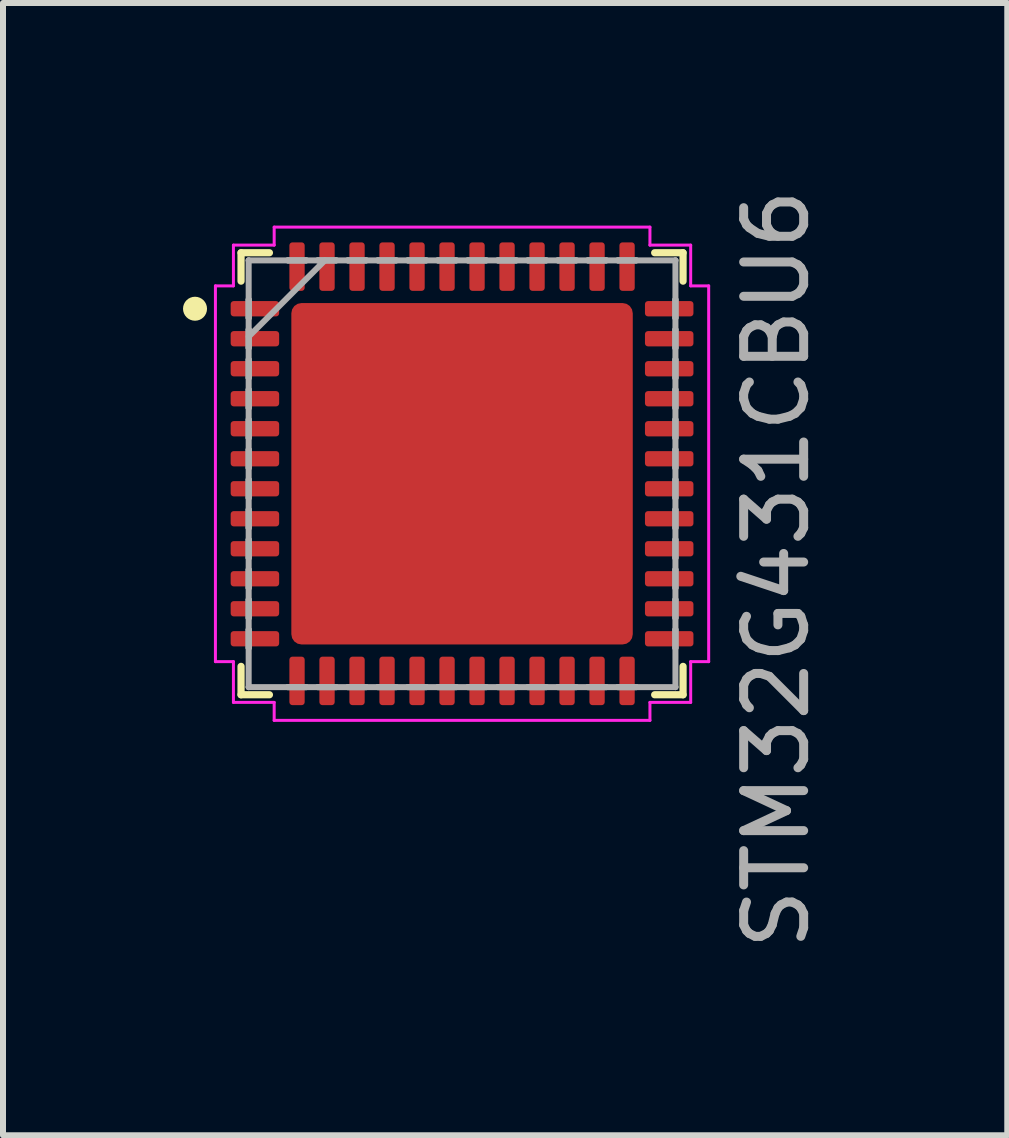
<source format=kicad_pcb>
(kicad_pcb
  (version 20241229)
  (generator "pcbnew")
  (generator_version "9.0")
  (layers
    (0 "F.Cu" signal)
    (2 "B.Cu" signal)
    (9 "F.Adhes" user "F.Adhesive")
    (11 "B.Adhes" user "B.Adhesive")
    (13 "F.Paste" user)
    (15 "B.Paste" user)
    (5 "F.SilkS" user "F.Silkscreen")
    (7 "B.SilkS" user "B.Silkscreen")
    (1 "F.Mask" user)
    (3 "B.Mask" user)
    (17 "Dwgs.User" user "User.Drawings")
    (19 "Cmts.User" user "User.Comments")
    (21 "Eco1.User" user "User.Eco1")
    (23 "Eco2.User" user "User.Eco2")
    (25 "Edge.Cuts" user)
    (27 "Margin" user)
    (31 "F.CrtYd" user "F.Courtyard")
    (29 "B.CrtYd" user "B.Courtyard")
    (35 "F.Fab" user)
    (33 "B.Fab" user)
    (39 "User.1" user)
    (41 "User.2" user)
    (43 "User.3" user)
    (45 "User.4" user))
  (footprint "STM32G431CBU6"
    (layer "F.Cu")
    (at 4.65 4.845)
    (property "Reference" "STM32G431CBU6" (at 5.238 1.59 90) (layer "F.Fab") (effects (font (size 1 1) (thickness 0.15))))
    (attr smd)
    (fp_line (start -3.683 -3.683) (end -3.683 -3.21) (stroke (width 0.12) (type solid)) (layer "F.SilkS"))
    (fp_line (start -3.683 3.21) (end -3.683 3.683) (stroke (width 0.12) (type solid)) (layer "F.SilkS"))
    (fp_line (start -3.683 3.683) (end -3.21 3.683) (stroke (width 0.12) (type solid)) (layer "F.SilkS"))
    (fp_line (start -3.21 -3.683) (end -3.683 -3.683) (stroke (width 0.12) (type solid)) (layer "F.SilkS"))
    (fp_line (start 3.21 3.683) (end 3.683 3.683) (stroke (width 0.12) (type solid)) (layer "F.SilkS"))
    (fp_line (start 3.683 -3.683) (end 3.21 -3.683) (stroke (width 0.12) (type solid)) (layer "F.SilkS"))
    (fp_line (start 3.683 -3.21) (end 3.683 -3.683) (stroke (width 0.12) (type solid)) (layer "F.SilkS"))
    (fp_line (start 3.683 3.683) (end 3.683 3.21) (stroke (width 0.12) (type solid)) (layer "F.SilkS"))
    (fp_circle (center -4.45 -2.75) (end -4.35 -2.75) (stroke (width 0.2) (type solid)) (fill no) (layer "F.SilkS"))
    (fp_poly (pts (arc (start -0.95 -2.3) (mid -0.993934 -2.406066) (end -1.1 -2.45)) (arc (start -2.3 -2.45) (mid -2.406066 -2.406066) (end -2.45 -2.3)) (arc (start -2.45 -1.1) (mid -2.406066 -0.993934) (end -2.3 -0.95)) (arc (start -1.1 -0.95) (mid -0.993934 -0.993934) (end -0.95 -1.1))) (stroke (width 0) (type solid)) (fill yes) (layer "F.Paste"))
    (fp_poly (pts (arc (start -0.95 -0.6) (mid -0.993934 -0.706066) (end -1.1 -0.75)) (arc (start -2.3 -0.75) (mid -2.406066 -0.706066) (end -2.45 -0.6)) (arc (start -2.45 0.6) (mid -2.406066 0.706066) (end -2.3 0.75)) (arc (start -1.1 0.75) (mid -0.993934 0.706066) (end -0.95 0.6))) (stroke (width 0) (type solid)) (fill yes) (layer "F.Paste"))
    (fp_poly (pts (arc (start -0.95 1.1) (mid -0.993934 0.993934) (end -1.1 0.95)) (arc (start -2.3 0.95) (mid -2.406066 0.993934) (end -2.45 1.1)) (arc (start -2.45 2.3) (mid -2.406066 2.406066) (end -2.3 2.45)) (arc (start -1.1 2.45) (mid -0.993934 2.406066) (end -0.95 2.3))) (stroke (width 0) (type solid)) (fill yes) (layer "F.Paste"))
    (fp_poly (pts (arc (start 0.75 -2.3) (mid 0.706066 -2.406066) (end 0.6 -2.45)) (arc (start -0.6 -2.45) (mid -0.706066 -2.406066) (end -0.75 -2.3)) (arc (start -0.75 -1.1) (mid -0.706066 -0.993934) (end -0.6 -0.95)) (arc (start 0.6 -0.95) (mid 0.706066 -0.993934) (end 0.75 -1.1))) (stroke (width 0) (type solid)) (fill yes) (layer "F.Paste"))
    (fp_poly (pts (arc (start 0.75 -0.6) (mid 0.706066 -0.706066) (end 0.6 -0.75)) (arc (start -0.6 -0.75) (mid -0.706066 -0.706066) (end -0.75 -0.6)) (arc (start -0.75 0.6) (mid -0.706066 0.706066) (end -0.6 0.75)) (arc (start 0.6 0.75) (mid 0.706066 0.706066) (end 0.75 0.6))) (stroke (width 0) (type solid)) (fill yes) (layer "F.Paste"))
    (fp_poly (pts (arc (start 0.75 1.1) (mid 0.706066 0.993934) (end 0.6 0.95)) (arc (start -0.6 0.95) (mid -0.706066 0.993934) (end -0.75 1.1)) (arc (start -0.75 2.3) (mid -0.706066 2.406066) (end -0.6 2.45)) (arc (start 0.6 2.45) (mid 0.706066 2.406066) (end 0.75 2.3))) (stroke (width 0) (type solid)) (fill yes) (layer "F.Paste"))
    (fp_poly (pts (arc (start 2.45 -2.3) (mid 2.406066 -2.406066) (end 2.3 -2.45)) (arc (start 1.1 -2.45) (mid 0.993934 -2.406066) (end 0.95 -2.3)) (arc (start 0.95 -1.1) (mid 0.993934 -0.993934) (end 1.1 -0.95)) (arc (start 2.3 -0.95) (mid 2.406066 -0.993934) (end 2.45 -1.1))) (stroke (width 0) (type solid)) (fill yes) (layer "F.Paste"))
    (fp_poly (pts (arc (start 2.45 -0.6) (mid 2.406066 -0.706066) (end 2.3 -0.75)) (arc (start 1.1 -0.75) (mid 0.993934 -0.706066) (end 0.95 -0.6)) (arc (start 0.95 0.6) (mid 0.993934 0.706066) (end 1.1 0.75)) (arc (start 2.3 0.75) (mid 2.406066 0.706066) (end 2.45 0.6))) (stroke (width 0) (type solid)) (fill yes) (layer "F.Paste"))
    (fp_poly (pts (arc (start 2.45 1.1) (mid 2.406066 0.993934) (end 2.3 0.95)) (arc (start 1.1 0.95) (mid 0.993934 0.993934) (end 0.95 1.1)) (arc (start 0.95 2.3) (mid 0.993934 2.406066) (end 1.1 2.45)) (arc (start 2.3 2.45) (mid 2.406066 2.406066) (end 2.45 2.3))) (stroke (width 0) (type solid)) (fill yes) (layer "F.Paste"))
    (fp_line (start -4.11 -3.131) (end -3.81 -3.131) (stroke (width 0.05) (type solid)) (layer "F.CrtYd"))
    (fp_line (start -4.11 3.131) (end -4.11 -3.131) (stroke (width 0.05) (type solid)) (layer "F.CrtYd"))
    (fp_line (start -3.81 -3.81) (end -3.131 -3.81) (stroke (width 0.05) (type solid)) (layer "F.CrtYd"))
    (fp_line (start -3.81 -3.131) (end -3.81 -3.81) (stroke (width 0.05) (type solid)) (layer "F.CrtYd"))
    (fp_line (start -3.81 3.131) (end -4.11 3.131) (stroke (width 0.05) (type solid)) (layer "F.CrtYd"))
    (fp_line (start -3.81 3.81) (end -3.81 3.131) (stroke (width 0.05) (type solid)) (layer "F.CrtYd"))
    (fp_line (start -3.131 -4.11) (end 3.131 -4.11) (stroke (width 0.05) (type solid)) (layer "F.CrtYd"))
    (fp_line (start -3.131 -3.81) (end -3.131 -4.11) (stroke (width 0.05) (type solid)) (layer "F.CrtYd"))
    (fp_line (start -3.131 3.81) (end -3.81 3.81) (stroke (width 0.05) (type solid)) (layer "F.CrtYd"))
    (fp_line (start -3.131 4.11) (end -3.131 3.81) (stroke (width 0.05) (type solid)) (layer "F.CrtYd"))
    (fp_line (start 3.131 -4.11) (end 3.131 -3.81) (stroke (width 0.05) (type solid)) (layer "F.CrtYd"))
    (fp_line (start 3.131 -3.81) (end 3.81 -3.81) (stroke (width 0.05) (type solid)) (layer "F.CrtYd"))
    (fp_line (start 3.131 3.81) (end 3.131 4.11) (stroke (width 0.05) (type solid)) (layer "F.CrtYd"))
    (fp_line (start 3.131 4.11) (end -3.131 4.11) (stroke (width 0.05) (type solid)) (layer "F.CrtYd"))
    (fp_line (start 3.81 -3.81) (end 3.81 -3.131) (stroke (width 0.05) (type solid)) (layer "F.CrtYd"))
    (fp_line (start 3.81 -3.131) (end 4.11 -3.131) (stroke (width 0.05) (type solid)) (layer "F.CrtYd"))
    (fp_line (start 3.81 3.131) (end 3.81 3.81) (stroke (width 0.05) (type solid)) (layer "F.CrtYd"))
    (fp_line (start 3.81 3.81) (end 3.131 3.81) (stroke (width 0.05) (type solid)) (layer "F.CrtYd"))
    (fp_line (start 4.11 -3.131) (end 4.11 3.131) (stroke (width 0.05) (type solid)) (layer "F.CrtYd"))
    (fp_line (start 4.11 3.131) (end 3.81 3.131) (stroke (width 0.05) (type solid)) (layer "F.CrtYd"))
    (fp_line (start -3.556 -3.556) (end -3.556 -3.556) (stroke (width 0.1) (type solid)) (layer "F.Fab"))
    (fp_line (start -3.556 -3.556) (end -3.556 3.556) (stroke (width 0.1) (type solid)) (layer "F.Fab"))
    (fp_line (start -3.556 -2.902) (end -3.556 -2.902) (stroke (width 0.1) (type solid)) (layer "F.Fab"))
    (fp_line (start -3.556 -2.902) (end -3.556 -2.598) (stroke (width 0.1) (type solid)) (layer "F.Fab"))
    (fp_line (start -3.556 -2.598) (end -3.556 -2.902) (stroke (width 0.1) (type solid)) (layer "F.Fab"))
    (fp_line (start -3.556 -2.598) (end -3.556 -2.598) (stroke (width 0.1) (type solid)) (layer "F.Fab"))
    (fp_line (start -3.556 -2.402) (end -3.556 -2.402) (stroke (width 0.1) (type solid)) (layer "F.Fab"))
    (fp_line (start -3.556 -2.402) (end -3.556 -2.098) (stroke (width 0.1) (type solid)) (layer "F.Fab"))
    (fp_line (start -3.556 -2.286) (end -2.286 -3.556) (stroke (width 0.1) (type solid)) (layer "F.Fab"))
    (fp_line (start -3.556 -2.098) (end -3.556 -2.402) (stroke (width 0.1) (type solid)) (layer "F.Fab"))
    (fp_line (start -3.556 -2.098) (end -3.556 -2.098) (stroke (width 0.1) (type solid)) (layer "F.Fab"))
    (fp_line (start -3.556 -1.902) (end -3.556 -1.902) (stroke (width 0.1) (type solid)) (layer "F.Fab"))
    (fp_line (start -3.556 -1.902) (end -3.556 -1.598) (stroke (width 0.1) (type solid)) (layer "F.Fab"))
    (fp_line (start -3.556 -1.598) (end -3.556 -1.902) (stroke (width 0.1) (type solid)) (layer "F.Fab"))
    (fp_line (start -3.556 -1.598) (end -3.556 -1.598) (stroke (width 0.1) (type solid)) (layer "F.Fab"))
    (fp_line (start -3.556 -1.402) (end -3.556 -1.402) (stroke (width 0.1) (type solid)) (layer "F.Fab"))
    (fp_line (start -3.556 -1.402) (end -3.556 -1.098) (stroke (width 0.1) (type solid)) (layer "F.Fab"))
    (fp_line (start -3.556 -1.098) (end -3.556 -1.402) (stroke (width 0.1) (type solid)) (layer "F.Fab"))
    (fp_line (start -3.556 -1.098) (end -3.556 -1.098) (stroke (width 0.1) (type solid)) (layer "F.Fab"))
    (fp_line (start -3.556 -0.902) (end -3.556 -0.902) (stroke (width 0.1) (type solid)) (layer "F.Fab"))
    (fp_line (start -3.556 -0.902) (end -3.556 -0.598) (stroke (width 0.1) (type solid)) (layer "F.Fab"))
    (fp_line (start -3.556 -0.598) (end -3.556 -0.902) (stroke (width 0.1) (type solid)) (layer "F.Fab"))
    (fp_line (start -3.556 -0.598) (end -3.556 -0.598) (stroke (width 0.1) (type solid)) (layer "F.Fab"))
    (fp_line (start -3.556 -0.402) (end -3.556 -0.402) (stroke (width 0.1) (type solid)) (layer "F.Fab"))
    (fp_line (start -3.556 -0.402) (end -3.556 -0.098) (stroke (width 0.1) (type solid)) (layer "F.Fab"))
    (fp_line (start -3.556 -0.098) (end -3.556 -0.402) (stroke (width 0.1) (type solid)) (layer "F.Fab"))
    (fp_line (start -3.556 -0.098) (end -3.556 -0.098) (stroke (width 0.1) (type solid)) (layer "F.Fab"))
    (fp_line (start -3.556 0.098) (end -3.556 0.098) (stroke (width 0.1) (type solid)) (layer "F.Fab"))
    (fp_line (start -3.556 0.098) (end -3.556 0.402) (stroke (width 0.1) (type solid)) (layer "F.Fab"))
    (fp_line (start -3.556 0.402) (end -3.556 0.098) (stroke (width 0.1) (type solid)) (layer "F.Fab"))
    (fp_line (start -3.556 0.402) (end -3.556 0.402) (stroke (width 0.1) (type solid)) (layer "F.Fab"))
    (fp_line (start -3.556 0.598) (end -3.556 0.598) (stroke (width 0.1) (type solid)) (layer "F.Fab"))
    (fp_line (start -3.556 0.598) (end -3.556 0.902) (stroke (width 0.1) (type solid)) (layer "F.Fab"))
    (fp_line (start -3.556 0.902) (end -3.556 0.598) (stroke (width 0.1) (type solid)) (layer "F.Fab"))
    (fp_line (start -3.556 0.902) (end -3.556 0.902) (stroke (width 0.1) (type solid)) (layer "F.Fab"))
    (fp_line (start -3.556 1.098) (end -3.556 1.098) (stroke (width 0.1) (type solid)) (layer "F.Fab"))
    (fp_line (start -3.556 1.098) (end -3.556 1.402) (stroke (width 0.1) (type solid)) (layer "F.Fab"))
    (fp_line (start -3.556 1.402) (end -3.556 1.098) (stroke (width 0.1) (type solid)) (layer "F.Fab"))
    (fp_line (start -3.556 1.402) (end -3.556 1.402) (stroke (width 0.1) (type solid)) (layer "F.Fab"))
    (fp_line (start -3.556 1.598) (end -3.556 1.598) (stroke (width 0.1) (type solid)) (layer "F.Fab"))
    (fp_line (start -3.556 1.598) (end -3.556 1.902) (stroke (width 0.1) (type solid)) (layer "F.Fab"))
    (fp_line (start -3.556 1.902) (end -3.556 1.598) (stroke (width 0.1) (type solid)) (layer "F.Fab"))
    (fp_line (start -3.556 1.902) (end -3.556 1.902) (stroke (width 0.1) (type solid)) (layer "F.Fab"))
    (fp_line (start -3.556 2.098) (end -3.556 2.098) (stroke (width 0.1) (type solid)) (layer "F.Fab"))
    (fp_line (start -3.556 2.098) (end -3.556 2.402) (stroke (width 0.1) (type solid)) (layer "F.Fab"))
    (fp_line (start -3.556 2.402) (end -3.556 2.098) (stroke (width 0.1) (type solid)) (layer "F.Fab"))
    (fp_line (start -3.556 2.402) (end -3.556 2.402) (stroke (width 0.1) (type solid)) (layer "F.Fab"))
    (fp_line (start -3.556 2.598) (end -3.556 2.598) (stroke (width 0.1) (type solid)) (layer "F.Fab"))
    (fp_line (start -3.556 2.598) (end -3.556 2.902) (stroke (width 0.1) (type solid)) (layer "F.Fab"))
    (fp_line (start -3.556 2.902) (end -3.556 2.598) (stroke (width 0.1) (type solid)) (layer "F.Fab"))
    (fp_line (start -3.556 2.902) (end -3.556 2.902) (stroke (width 0.1) (type solid)) (layer "F.Fab"))
    (fp_line (start -3.556 3.556) (end -3.556 3.556) (stroke (width 0.1) (type solid)) (layer "F.Fab"))
    (fp_line (start -3.556 3.556) (end 3.556 3.556) (stroke (width 0.1) (type solid)) (layer "F.Fab"))
    (fp_line (start -2.902 -3.556) (end -2.902 -3.556) (stroke (width 0.1) (type solid)) (layer "F.Fab"))
    (fp_line (start -2.902 -3.556) (end -2.598 -3.556) (stroke (width 0.1) (type solid)) (layer "F.Fab"))
    (fp_line (start -2.902 3.556) (end -2.902 3.556) (stroke (width 0.1) (type solid)) (layer "F.Fab"))
    (fp_line (start -2.902 3.556) (end -2.598 3.556) (stroke (width 0.1) (type solid)) (layer "F.Fab"))
    (fp_line (start -2.598 -3.556) (end -2.902 -3.556) (stroke (width 0.1) (type solid)) (layer "F.Fab"))
    (fp_line (start -2.598 -3.556) (end -2.598 -3.556) (stroke (width 0.1) (type solid)) (layer "F.Fab"))
    (fp_line (start -2.598 3.556) (end -2.902 3.556) (stroke (width 0.1) (type solid)) (layer "F.Fab"))
    (fp_line (start -2.598 3.556) (end -2.598 3.556) (stroke (width 0.1) (type solid)) (layer "F.Fab"))
    (fp_line (start -2.402 -3.556) (end -2.402 -3.556) (stroke (width 0.1) (type solid)) (layer "F.Fab"))
    (fp_line (start -2.402 -3.556) (end -2.098 -3.556) (stroke (width 0.1) (type solid)) (layer "F.Fab"))
    (fp_line (start -2.402 3.556) (end -2.402 3.556) (stroke (width 0.1) (type solid)) (layer "F.Fab"))
    (fp_line (start -2.402 3.556) (end -2.098 3.556) (stroke (width 0.1) (type solid)) (layer "F.Fab"))
    (fp_line (start -2.098 -3.556) (end -2.402 -3.556) (stroke (width 0.1) (type solid)) (layer "F.Fab"))
    (fp_line (start -2.098 -3.556) (end -2.098 -3.556) (stroke (width 0.1) (type solid)) (layer "F.Fab"))
    (fp_line (start -2.098 3.556) (end -2.402 3.556) (stroke (width 0.1) (type solid)) (layer "F.Fab"))
    (fp_line (start -2.098 3.556) (end -2.098 3.556) (stroke (width 0.1) (type solid)) (layer "F.Fab"))
    (fp_line (start -1.902 -3.556) (end -1.902 -3.556) (stroke (width 0.1) (type solid)) (layer "F.Fab"))
    (fp_line (start -1.902 -3.556) (end -1.598 -3.556) (stroke (width 0.1) (type solid)) (layer "F.Fab"))
    (fp_line (start -1.902 3.556) (end -1.902 3.556) (stroke (width 0.1) (type solid)) (layer "F.Fab"))
    (fp_line (start -1.902 3.556) (end -1.598 3.556) (stroke (width 0.1) (type solid)) (layer "F.Fab"))
    (fp_line (start -1.598 -3.556) (end -1.902 -3.556) (stroke (width 0.1) (type solid)) (layer "F.Fab"))
    (fp_line (start -1.598 -3.556) (end -1.598 -3.556) (stroke (width 0.1) (type solid)) (layer "F.Fab"))
    (fp_line (start -1.598 3.556) (end -1.902 3.556) (stroke (width 0.1) (type solid)) (layer "F.Fab"))
    (fp_line (start -1.598 3.556) (end -1.598 3.556) (stroke (width 0.1) (type solid)) (layer "F.Fab"))
    (fp_line (start -1.402 -3.556) (end -1.402 -3.556) (stroke (width 0.1) (type solid)) (layer "F.Fab"))
    (fp_line (start -1.402 -3.556) (end -1.098 -3.556) (stroke (width 0.1) (type solid)) (layer "F.Fab"))
    (fp_line (start -1.402 3.556) (end -1.402 3.556) (stroke (width 0.1) (type solid)) (layer "F.Fab"))
    (fp_line (start -1.402 3.556) (end -1.098 3.556) (stroke (width 0.1) (type solid)) (layer "F.Fab"))
    (fp_line (start -1.098 -3.556) (end -1.402 -3.556) (stroke (width 0.1) (type solid)) (layer "F.Fab"))
    (fp_line (start -1.098 -3.556) (end -1.098 -3.556) (stroke (width 0.1) (type solid)) (layer "F.Fab"))
    (fp_line (start -1.098 3.556) (end -1.402 3.556) (stroke (width 0.1) (type solid)) (layer "F.Fab"))
    (fp_line (start -1.098 3.556) (end -1.098 3.556) (stroke (width 0.1) (type solid)) (layer "F.Fab"))
    (fp_line (start -0.902 -3.556) (end -0.902 -3.556) (stroke (width 0.1) (type solid)) (layer "F.Fab"))
    (fp_line (start -0.902 -3.556) (end -0.598 -3.556) (stroke (width 0.1) (type solid)) (layer "F.Fab"))
    (fp_line (start -0.902 3.556) (end -0.902 3.556) (stroke (width 0.1) (type solid)) (layer "F.Fab"))
    (fp_line (start -0.902 3.556) (end -0.598 3.556) (stroke (width 0.1) (type solid)) (layer "F.Fab"))
    (fp_line (start -0.598 -3.556) (end -0.902 -3.556) (stroke (width 0.1) (type solid)) (layer "F.Fab"))
    (fp_line (start -0.598 -3.556) (end -0.598 -3.556) (stroke (width 0.1) (type solid)) (layer "F.Fab"))
    (fp_line (start -0.598 3.556) (end -0.902 3.556) (stroke (width 0.1) (type solid)) (layer "F.Fab"))
    (fp_line (start -0.598 3.556) (end -0.598 3.556) (stroke (width 0.1) (type solid)) (layer "F.Fab"))
    (fp_line (start -0.402 -3.556) (end -0.402 -3.556) (stroke (width 0.1) (type solid)) (layer "F.Fab"))
    (fp_line (start -0.402 -3.556) (end -0.098 -3.556) (stroke (width 0.1) (type solid)) (layer "F.Fab"))
    (fp_line (start -0.402 3.556) (end -0.402 3.556) (stroke (width 0.1) (type solid)) (layer "F.Fab"))
    (fp_line (start -0.402 3.556) (end -0.098 3.556) (stroke (width 0.1) (type solid)) (layer "F.Fab"))
    (fp_line (start -0.098 -3.556) (end -0.402 -3.556) (stroke (width 0.1) (type solid)) (layer "F.Fab"))
    (fp_line (start -0.098 -3.556) (end -0.098 -3.556) (stroke (width 0.1) (type solid)) (layer "F.Fab"))
    (fp_line (start -0.098 3.556) (end -0.402 3.556) (stroke (width 0.1) (type solid)) (layer "F.Fab"))
    (fp_line (start -0.098 3.556) (end -0.098 3.556) (stroke (width 0.1) (type solid)) (layer "F.Fab"))
    (fp_line (start 0.098 -3.556) (end 0.098 -3.556) (stroke (width 0.1) (type solid)) (layer "F.Fab"))
    (fp_line (start 0.098 -3.556) (end 0.402 -3.556) (stroke (width 0.1) (type solid)) (layer "F.Fab"))
    (fp_line (start 0.098 3.556) (end 0.098 3.556) (stroke (width 0.1) (type solid)) (layer "F.Fab"))
    (fp_line (start 0.098 3.556) (end 0.402 3.556) (stroke (width 0.1) (type solid)) (layer "F.Fab"))
    (fp_line (start 0.402 -3.556) (end 0.098 -3.556) (stroke (width 0.1) (type solid)) (layer "F.Fab"))
    (fp_line (start 0.402 -3.556) (end 0.402 -3.556) (stroke (width 0.1) (type solid)) (layer "F.Fab"))
    (fp_line (start 0.402 3.556) (end 0.098 3.556) (stroke (width 0.1) (type solid)) (layer "F.Fab"))
    (fp_line (start 0.402 3.556) (end 0.402 3.556) (stroke (width 0.1) (type solid)) (layer "F.Fab"))
    (fp_line (start 0.598 -3.556) (end 0.598 -3.556) (stroke (width 0.1) (type solid)) (layer "F.Fab"))
    (fp_line (start 0.598 -3.556) (end 0.902 -3.556) (stroke (width 0.1) (type solid)) (layer "F.Fab"))
    (fp_line (start 0.598 3.556) (end 0.598 3.556) (stroke (width 0.1) (type solid)) (layer "F.Fab"))
    (fp_line (start 0.598 3.556) (end 0.902 3.556) (stroke (width 0.1) (type solid)) (layer "F.Fab"))
    (fp_line (start 0.902 -3.556) (end 0.598 -3.556) (stroke (width 0.1) (type solid)) (layer "F.Fab"))
    (fp_line (start 0.902 -3.556) (end 0.902 -3.556) (stroke (width 0.1) (type solid)) (layer "F.Fab"))
    (fp_line (start 0.902 3.556) (end 0.598 3.556) (stroke (width 0.1) (type solid)) (layer "F.Fab"))
    (fp_line (start 0.902 3.556) (end 0.902 3.556) (stroke (width 0.1) (type solid)) (layer "F.Fab"))
    (fp_line (start 1.098 -3.556) (end 1.098 -3.556) (stroke (width 0.1) (type solid)) (layer "F.Fab"))
    (fp_line (start 1.098 -3.556) (end 1.402 -3.556) (stroke (width 0.1) (type solid)) (layer "F.Fab"))
    (fp_line (start 1.098 3.556) (end 1.098 3.556) (stroke (width 0.1) (type solid)) (layer "F.Fab"))
    (fp_line (start 1.098 3.556) (end 1.402 3.556) (stroke (width 0.1) (type solid)) (layer "F.Fab"))
    (fp_line (start 1.402 -3.556) (end 1.098 -3.556) (stroke (width 0.1) (type solid)) (layer "F.Fab"))
    (fp_line (start 1.402 -3.556) (end 1.402 -3.556) (stroke (width 0.1) (type solid)) (layer "F.Fab"))
    (fp_line (start 1.402 3.556) (end 1.098 3.556) (stroke (width 0.1) (type solid)) (layer "F.Fab"))
    (fp_line (start 1.402 3.556) (end 1.402 3.556) (stroke (width 0.1) (type solid)) (layer "F.Fab"))
    (fp_line (start 1.598 -3.556) (end 1.598 -3.556) (stroke (width 0.1) (type solid)) (layer "F.Fab"))
    (fp_line (start 1.598 -3.556) (end 1.902 -3.556) (stroke (width 0.1) (type solid)) (layer "F.Fab"))
    (fp_line (start 1.598 3.556) (end 1.598 3.556) (stroke (width 0.1) (type solid)) (layer "F.Fab"))
    (fp_line (start 1.598 3.556) (end 1.902 3.556) (stroke (width 0.1) (type solid)) (layer "F.Fab"))
    (fp_line (start 1.902 -3.556) (end 1.598 -3.556) (stroke (width 0.1) (type solid)) (layer "F.Fab"))
    (fp_line (start 1.902 -3.556) (end 1.902 -3.556) (stroke (width 0.1) (type solid)) (layer "F.Fab"))
    (fp_line (start 1.902 3.556) (end 1.598 3.556) (stroke (width 0.1) (type solid)) (layer "F.Fab"))
    (fp_line (start 1.902 3.556) (end 1.902 3.556) (stroke (width 0.1) (type solid)) (layer "F.Fab"))
    (fp_line (start 2.098 -3.556) (end 2.098 -3.556) (stroke (width 0.1) (type solid)) (layer "F.Fab"))
    (fp_line (start 2.098 -3.556) (end 2.402 -3.556) (stroke (width 0.1) (type solid)) (layer "F.Fab"))
    (fp_line (start 2.098 3.556) (end 2.098 3.556) (stroke (width 0.1) (type solid)) (layer "F.Fab"))
    (fp_line (start 2.098 3.556) (end 2.402 3.556) (stroke (width 0.1) (type solid)) (layer "F.Fab"))
    (fp_line (start 2.402 -3.556) (end 2.098 -3.556) (stroke (width 0.1) (type solid)) (layer "F.Fab"))
    (fp_line (start 2.402 -3.556) (end 2.402 -3.556) (stroke (width 0.1) (type solid)) (layer "F.Fab"))
    (fp_line (start 2.402 3.556) (end 2.098 3.556) (stroke (width 0.1) (type solid)) (layer "F.Fab"))
    (fp_line (start 2.402 3.556) (end 2.402 3.556) (stroke (width 0.1) (type solid)) (layer "F.Fab"))
    (fp_line (start 2.598 -3.556) (end 2.598 -3.556) (stroke (width 0.1) (type solid)) (layer "F.Fab"))
    (fp_line (start 2.598 -3.556) (end 2.902 -3.556) (stroke (width 0.1) (type solid)) (layer "F.Fab"))
    (fp_line (start 2.598 3.556) (end 2.598 3.556) (stroke (width 0.1) (type solid)) (layer "F.Fab"))
    (fp_line (start 2.598 3.556) (end 2.902 3.556) (stroke (width 0.1) (type solid)) (layer "F.Fab"))
    (fp_line (start 2.902 -3.556) (end 2.598 -3.556) (stroke (width 0.1) (type solid)) (layer "F.Fab"))
    (fp_line (start 2.902 -3.556) (end 2.902 -3.556) (stroke (width 0.1) (type solid)) (layer "F.Fab"))
    (fp_line (start 2.902 3.556) (end 2.598 3.556) (stroke (width 0.1) (type solid)) (layer "F.Fab"))
    (fp_line (start 2.902 3.556) (end 2.902 3.556) (stroke (width 0.1) (type solid)) (layer "F.Fab"))
    (fp_line (start 3.556 -3.556) (end -3.556 -3.556) (stroke (width 0.1) (type solid)) (layer "F.Fab"))
    (fp_line (start 3.556 -3.556) (end 3.556 -3.556) (stroke (width 0.1) (type solid)) (layer "F.Fab"))
    (fp_line (start 3.556 -2.902) (end 3.556 -2.902) (stroke (width 0.1) (type solid)) (layer "F.Fab"))
    (fp_line (start 3.556 -2.902) (end 3.556 -2.598) (stroke (width 0.1) (type solid)) (layer "F.Fab"))
    (fp_line (start 3.556 -2.598) (end 3.556 -2.902) (stroke (width 0.1) (type solid)) (layer "F.Fab"))
    (fp_line (start 3.556 -2.598) (end 3.556 -2.598) (stroke (width 0.1) (type solid)) (layer "F.Fab"))
    (fp_line (start 3.556 -2.402) (end 3.556 -2.402) (stroke (width 0.1) (type solid)) (layer "F.Fab"))
    (fp_line (start 3.556 -2.402) (end 3.556 -2.098) (stroke (width 0.1) (type solid)) (layer "F.Fab"))
    (fp_line (start 3.556 -2.098) (end 3.556 -2.402) (stroke (width 0.1) (type solid)) (layer "F.Fab"))
    (fp_line (start 3.556 -2.098) (end 3.556 -2.098) (stroke (width 0.1) (type solid)) (layer "F.Fab"))
    (fp_line (start 3.556 -1.902) (end 3.556 -1.902) (stroke (width 0.1) (type solid)) (layer "F.Fab"))
    (fp_line (start 3.556 -1.902) (end 3.556 -1.598) (stroke (width 0.1) (type solid)) (layer "F.Fab"))
    (fp_line (start 3.556 -1.598) (end 3.556 -1.902) (stroke (width 0.1) (type solid)) (layer "F.Fab"))
    (fp_line (start 3.556 -1.598) (end 3.556 -1.598) (stroke (width 0.1) (type solid)) (layer "F.Fab"))
    (fp_line (start 3.556 -1.402) (end 3.556 -1.402) (stroke (width 0.1) (type solid)) (layer "F.Fab"))
    (fp_line (start 3.556 -1.402) (end 3.556 -1.098) (stroke (width 0.1) (type solid)) (layer "F.Fab"))
    (fp_line (start 3.556 -1.098) (end 3.556 -1.402) (stroke (width 0.1) (type solid)) (layer "F.Fab"))
    (fp_line (start 3.556 -1.098) (end 3.556 -1.098) (stroke (width 0.1) (type solid)) (layer "F.Fab"))
    (fp_line (start 3.556 -0.902) (end 3.556 -0.902) (stroke (width 0.1) (type solid)) (layer "F.Fab"))
    (fp_line (start 3.556 -0.902) (end 3.556 -0.598) (stroke (width 0.1) (type solid)) (layer "F.Fab"))
    (fp_line (start 3.556 -0.598) (end 3.556 -0.902) (stroke (width 0.1) (type solid)) (layer "F.Fab"))
    (fp_line (start 3.556 -0.598) (end 3.556 -0.598) (stroke (width 0.1) (type solid)) (layer "F.Fab"))
    (fp_line (start 3.556 -0.402) (end 3.556 -0.402) (stroke (width 0.1) (type solid)) (layer "F.Fab"))
    (fp_line (start 3.556 -0.402) (end 3.556 -0.098) (stroke (width 0.1) (type solid)) (layer "F.Fab"))
    (fp_line (start 3.556 -0.098) (end 3.556 -0.402) (stroke (width 0.1) (type solid)) (layer "F.Fab"))
    (fp_line (start 3.556 -0.098) (end 3.556 -0.098) (stroke (width 0.1) (type solid)) (layer "F.Fab"))
    (fp_line (start 3.556 0.098) (end 3.556 0.098) (stroke (width 0.1) (type solid)) (layer "F.Fab"))
    (fp_line (start 3.556 0.098) (end 3.556 0.402) (stroke (width 0.1) (type solid)) (layer "F.Fab"))
    (fp_line (start 3.556 0.402) (end 3.556 0.098) (stroke (width 0.1) (type solid)) (layer "F.Fab"))
    (fp_line (start 3.556 0.402) (end 3.556 0.402) (stroke (width 0.1) (type solid)) (layer "F.Fab"))
    (fp_line (start 3.556 0.598) (end 3.556 0.598) (stroke (width 0.1) (type solid)) (layer "F.Fab"))
    (fp_line (start 3.556 0.598) (end 3.556 0.902) (stroke (width 0.1) (type solid)) (layer "F.Fab"))
    (fp_line (start 3.556 0.902) (end 3.556 0.598) (stroke (width 0.1) (type solid)) (layer "F.Fab"))
    (fp_line (start 3.556 0.902) (end 3.556 0.902) (stroke (width 0.1) (type solid)) (layer "F.Fab"))
    (fp_line (start 3.556 1.098) (end 3.556 1.098) (stroke (width 0.1) (type solid)) (layer "F.Fab"))
    (fp_line (start 3.556 1.098) (end 3.556 1.402) (stroke (width 0.1) (type solid)) (layer "F.Fab"))
    (fp_line (start 3.556 1.402) (end 3.556 1.098) (stroke (width 0.1) (type solid)) (layer "F.Fab"))
    (fp_line (start 3.556 1.402) (end 3.556 1.402) (stroke (width 0.1) (type solid)) (layer "F.Fab"))
    (fp_line (start 3.556 1.598) (end 3.556 1.598) (stroke (width 0.1) (type solid)) (layer "F.Fab"))
    (fp_line (start 3.556 1.598) (end 3.556 1.902) (stroke (width 0.1) (type solid)) (layer "F.Fab"))
    (fp_line (start 3.556 1.902) (end 3.556 1.598) (stroke (width 0.1) (type solid)) (layer "F.Fab"))
    (fp_line (start 3.556 1.902) (end 3.556 1.902) (stroke (width 0.1) (type solid)) (layer "F.Fab"))
    (fp_line (start 3.556 2.098) (end 3.556 2.098) (stroke (width 0.1) (type solid)) (layer "F.Fab"))
    (fp_line (start 3.556 2.098) (end 3.556 2.402) (stroke (width 0.1) (type solid)) (layer "F.Fab"))
    (fp_line (start 3.556 2.402) (end 3.556 2.098) (stroke (width 0.1) (type solid)) (layer "F.Fab"))
    (fp_line (start 3.556 2.402) (end 3.556 2.402) (stroke (width 0.1) (type solid)) (layer "F.Fab"))
    (fp_line (start 3.556 2.598) (end 3.556 2.598) (stroke (width 0.1) (type solid)) (layer "F.Fab"))
    (fp_line (start 3.556 2.598) (end 3.556 2.902) (stroke (width 0.1) (type solid)) (layer "F.Fab"))
    (fp_line (start 3.556 2.902) (end 3.556 2.598) (stroke (width 0.1) (type solid)) (layer "F.Fab"))
    (fp_line (start 3.556 2.902) (end 3.556 2.902) (stroke (width 0.1) (type solid)) (layer "F.Fab"))
    (fp_line (start 3.556 3.556) (end 3.556 -3.556) (stroke (width 0.1) (type solid)) (layer "F.Fab"))
    (fp_line (start 3.556 3.556) (end 3.556 3.556) (stroke (width 0.1) (type solid)) (layer "F.Fab"))
    (pad "1" smd roundrect (at -3.452 -2.75 90) (size 0.255 0.808) (layers "F.Cu" "F.Mask" "F.Paste") (roundrect_rratio 0.2))
    (pad "2" smd roundrect (at -3.452 -2.25 90) (size 0.255 0.808) (layers "F.Cu" "F.Mask" "F.Paste") (roundrect_rratio 0.2))
    (pad "3" smd roundrect (at -3.452 -1.75 90) (size 0.255 0.808) (layers "F.Cu" "F.Mask" "F.Paste") (roundrect_rratio 0.2))
    (pad "4" smd roundrect (at -3.452 -1.25 90) (size 0.255 0.808) (layers "F.Cu" "F.Mask" "F.Paste") (roundrect_rratio 0.2))
    (pad "5" smd roundrect (at -3.452 -0.75 90) (size 0.255 0.808) (layers "F.Cu" "F.Mask" "F.Paste") (roundrect_rratio 0.2))
    (pad "6" smd roundrect (at -3.452 -0.25 90) (size 0.255 0.808) (layers "F.Cu" "F.Mask" "F.Paste") (roundrect_rratio 0.2))
    (pad "7" smd roundrect (at -3.452 0.25 90) (size 0.255 0.808) (layers "F.Cu" "F.Mask" "F.Paste") (roundrect_rratio 0.2))
    (pad "8" smd roundrect (at -3.452 0.75 90) (size 0.255 0.808) (layers "F.Cu" "F.Mask" "F.Paste") (roundrect_rratio 0.2))
    (pad "9" smd roundrect (at -3.452 1.25 90) (size 0.255 0.808) (layers "F.Cu" "F.Mask" "F.Paste") (roundrect_rratio 0.2))
    (pad "10" smd roundrect (at -3.452 1.75 90) (size 0.255 0.808) (layers "F.Cu" "F.Mask" "F.Paste") (roundrect_rratio 0.2))
    (pad "11" smd roundrect (at -3.452 2.25 90) (size 0.255 0.808) (layers "F.Cu" "F.Mask" "F.Paste") (roundrect_rratio 0.2))
    (pad "12" smd roundrect (at -3.452 2.75 90) (size 0.255 0.808) (layers "F.Cu" "F.Mask" "F.Paste") (roundrect_rratio 0.2))
    (pad "13" smd roundrect (at -2.75 3.452) (size 0.255 0.808) (layers "F.Cu" "F.Mask" "F.Paste") (roundrect_rratio 0.2))
    (pad "14" smd roundrect (at -2.25 3.452) (size 0.255 0.808) (layers "F.Cu" "F.Mask" "F.Paste") (roundrect_rratio 0.2))
    (pad "15" smd roundrect (at -1.75 3.452) (size 0.255 0.808) (layers "F.Cu" "F.Mask" "F.Paste") (roundrect_rratio 0.2))
    (pad "16" smd roundrect (at -1.25 3.452) (size 0.255 0.808) (layers "F.Cu" "F.Mask" "F.Paste") (roundrect_rratio 0.2))
    (pad "17" smd roundrect (at -0.75 3.452) (size 0.255 0.808) (layers "F.Cu" "F.Mask" "F.Paste") (roundrect_rratio 0.2))
    (pad "18" smd roundrect (at -0.25 3.452) (size 0.255 0.808) (layers "F.Cu" "F.Mask" "F.Paste") (roundrect_rratio 0.2))
    (pad "19" smd roundrect (at 0.25 3.452) (size 0.255 0.808) (layers "F.Cu" "F.Mask" "F.Paste") (roundrect_rratio 0.2))
    (pad "20" smd roundrect (at 0.75 3.452) (size 0.255 0.808) (layers "F.Cu" "F.Mask" "F.Paste") (roundrect_rratio 0.2))
    (pad "21" smd roundrect (at 1.25 3.452) (size 0.255 0.808) (layers "F.Cu" "F.Mask" "F.Paste") (roundrect_rratio 0.2))
    (pad "22" smd roundrect (at 1.75 3.452) (size 0.255 0.808) (layers "F.Cu" "F.Mask" "F.Paste") (roundrect_rratio 0.2))
    (pad "23" smd roundrect (at 2.25 3.452) (size 0.255 0.808) (layers "F.Cu" "F.Mask" "F.Paste") (roundrect_rratio 0.2))
    (pad "24" smd roundrect (at 2.75 3.452) (size 0.255 0.808) (layers "F.Cu" "F.Mask" "F.Paste") (roundrect_rratio 0.2))
    (pad "25" smd roundrect (at 3.452 2.75 90) (size 0.255 0.808) (layers "F.Cu" "F.Mask" "F.Paste") (roundrect_rratio 0.2))
    (pad "26" smd roundrect (at 3.452 2.25 90) (size 0.255 0.808) (layers "F.Cu" "F.Mask" "F.Paste") (roundrect_rratio 0.2))
    (pad "27" smd roundrect (at 3.452 1.75 90) (size 0.255 0.808) (layers "F.Cu" "F.Mask" "F.Paste") (roundrect_rratio 0.2))
    (pad "28" smd roundrect (at 3.452 1.25 90) (size 0.255 0.808) (layers "F.Cu" "F.Mask" "F.Paste") (roundrect_rratio 0.2))
    (pad "29" smd roundrect (at 3.452 0.75 90) (size 0.255 0.808) (layers "F.Cu" "F.Mask" "F.Paste") (roundrect_rratio 0.2))
    (pad "30" smd roundrect (at 3.452 0.25 90) (size 0.255 0.808) (layers "F.Cu" "F.Mask" "F.Paste") (roundrect_rratio 0.2))
    (pad "31" smd roundrect (at 3.452 -0.25 90) (size 0.255 0.808) (layers "F.Cu" "F.Mask" "F.Paste") (roundrect_rratio 0.2))
    (pad "32" smd roundrect (at 3.452 -0.75 90) (size 0.255 0.808) (layers "F.Cu" "F.Mask" "F.Paste") (roundrect_rratio 0.2))
    (pad "33" smd roundrect (at 3.452 -1.25 90) (size 0.255 0.808) (layers "F.Cu" "F.Mask" "F.Paste") (roundrect_rratio 0.2))
    (pad "34" smd roundrect (at 3.452 -1.75 90) (size 0.255 0.808) (layers "F.Cu" "F.Mask" "F.Paste") (roundrect_rratio 0.2))
    (pad "35" smd roundrect (at 3.452 -2.25 90) (size 0.255 0.808) (layers "F.Cu" "F.Mask" "F.Paste") (roundrect_rratio 0.2))
    (pad "36" smd roundrect (at 3.452 -2.75 90) (size 0.255 0.808) (layers "F.Cu" "F.Mask" "F.Paste") (roundrect_rratio 0.2))
    (pad "37" smd roundrect (at 2.75 -3.452) (size 0.255 0.808) (layers "F.Cu" "F.Mask" "F.Paste") (roundrect_rratio 0.2))
    (pad "38" smd roundrect (at 2.25 -3.452) (size 0.255 0.808) (layers "F.Cu" "F.Mask" "F.Paste") (roundrect_rratio 0.2))
    (pad "39" smd roundrect (at 1.75 -3.452) (size 0.255 0.808) (layers "F.Cu" "F.Mask" "F.Paste") (roundrect_rratio 0.2))
    (pad "40" smd roundrect (at 1.25 -3.452) (size 0.255 0.808) (layers "F.Cu" "F.Mask" "F.Paste") (roundrect_rratio 0.2))
    (pad "41" smd roundrect (at 0.75 -3.452) (size 0.255 0.808) (layers "F.Cu" "F.Mask" "F.Paste") (roundrect_rratio 0.2))
    (pad "42" smd roundrect (at 0.25 -3.452) (size 0.255 0.808) (layers "F.Cu" "F.Mask" "F.Paste") (roundrect_rratio 0.2))
    (pad "43" smd roundrect (at -0.25 -3.452) (size 0.255 0.808) (layers "F.Cu" "F.Mask" "F.Paste") (roundrect_rratio 0.2))
    (pad "44" smd roundrect (at -0.75 -3.452) (size 0.255 0.808) (layers "F.Cu" "F.Mask" "F.Paste") (roundrect_rratio 0.2))
    (pad "45" smd roundrect (at -1.25 -3.452) (size 0.255 0.808) (layers "F.Cu" "F.Mask" "F.Paste") (roundrect_rratio 0.2))
    (pad "46" smd roundrect (at -1.75 -3.452) (size 0.255 0.808) (layers "F.Cu" "F.Mask" "F.Paste") (roundrect_rratio 0.2))
    (pad "47" smd roundrect (at -2.25 -3.452) (size 0.255 0.808) (layers "F.Cu" "F.Mask" "F.Paste") (roundrect_rratio 0.2))
    (pad "48" smd roundrect (at -2.75 -3.452) (size 0.255 0.808) (layers "F.Cu" "F.Mask" "F.Paste") (roundrect_rratio 0.2))
    (pad "49" smd roundrect (at 0 0) (size 5.69 5.69) (layers "F.Cu" "F.Mask") (roundrect_rratio 0.03)))
  (gr_rect
    (start -3 -3)
    (end 13.736 15.869)
    (stroke (width 0.1) (type default))
    (fill no)
    (layer "Edge.Cuts")))
</source>
